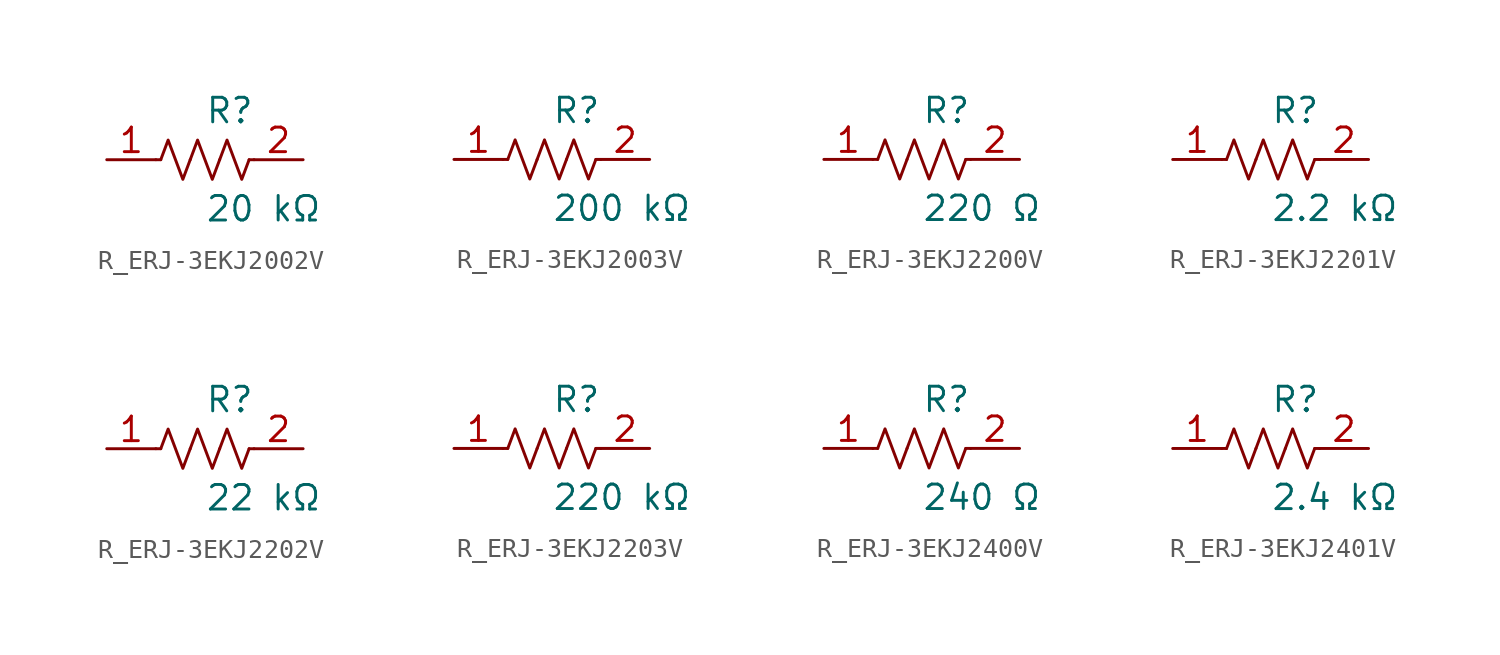
<source format=kicad_sym>
(kicad_symbol_lib
  (version 20231120)
  (generator kicad_symbol_editor)
  (generator_version 8.0)
  (symbol "R_ERJ-3EKJ2002V"
    (pin_names
      (offset 0.254))
    (property "Reference" "R"
      (at 0.0 2.54 0)
      (effects (font (size 1.27 1.27)) (justify left)))
    (property "Value" "20 kΩ"
      (at 0.0 -2.54 0)
      (effects (font (size 1.27 1.27)) (justify left)))
    (symbol "R_ERJ-3EKJ2002V_0_1"
      (polyline (pts (xy 2.286 0) (xy 2.54 0)) (stroke (width 0) (type default)) (fill (type none)))
      (polyline (pts (xy -2.286 0) (xy -2.54 0)) (stroke (width 0) (type default)) (fill (type none)))
      (polyline (pts (xy 0.762 0) (xy 1.143 1.016) (xy 1.524 0) (xy 1.905 -1.016) (xy 2.286 0)) (stroke (width 0) (type default)) (fill (type none)))
      (polyline (pts (xy -0.762 0) (xy -0.381 1.016) (xy 0 0) (xy 0.381 -1.016) (xy 0.762 0)) (stroke (width 0) (type default)) (fill (type none)))
      (polyline (pts (xy -2.286 0) (xy -1.905 1.016) (xy -1.524 0) (xy -1.143 -1.016) (xy -0.762 0)) (stroke (width 0) (type default)) (fill (type none))))
    (pin unspecified line
      (at -5.08 0 0)
      (length 2.54)
      (name "" (effects (font (size 1.27 1.27))))
      (number "1" (effects (font (size 1.27 1.27)))))
    (pin unspecified line
      (at 5.08 0 180)
      (length 2.54)
      (name "" (effects (font (size 1.27 1.27))))
      (number "2" (effects (font (size 1.27 1.27))))))
  (symbol "R_ERJ-3EKJ2003V"
    (pin_names
      (offset 0.254))
    (property "Reference" "R"
      (at 0.0 2.54 0)
      (effects (font (size 1.27 1.27)) (justify left)))
    (property "Value" "200 kΩ"
      (at 0.0 -2.54 0)
      (effects (font (size 1.27 1.27)) (justify left)))
    (symbol "R_ERJ-3EKJ2003V_0_1"
      (polyline (pts (xy 2.286 0) (xy 2.54 0)) (stroke (width 0) (type default)) (fill (type none)))
      (polyline (pts (xy -2.286 0) (xy -2.54 0)) (stroke (width 0) (type default)) (fill (type none)))
      (polyline (pts (xy 0.762 0) (xy 1.143 1.016) (xy 1.524 0) (xy 1.905 -1.016) (xy 2.286 0)) (stroke (width 0) (type default)) (fill (type none)))
      (polyline (pts (xy -0.762 0) (xy -0.381 1.016) (xy 0 0) (xy 0.381 -1.016) (xy 0.762 0)) (stroke (width 0) (type default)) (fill (type none)))
      (polyline (pts (xy -2.286 0) (xy -1.905 1.016) (xy -1.524 0) (xy -1.143 -1.016) (xy -0.762 0)) (stroke (width 0) (type default)) (fill (type none))))
    (pin unspecified line
      (at -5.08 0 0)
      (length 2.54)
      (name "" (effects (font (size 1.27 1.27))))
      (number "1" (effects (font (size 1.27 1.27)))))
    (pin unspecified line
      (at 5.08 0 180)
      (length 2.54)
      (name "" (effects (font (size 1.27 1.27))))
      (number "2" (effects (font (size 1.27 1.27))))))
  (symbol "R_ERJ-3EKJ2200V"
    (pin_names
      (offset 0.254))
    (property "Reference" "R"
      (at 0.0 2.54 0)
      (effects (font (size 1.27 1.27)) (justify left)))
    (property "Value" "220 Ω"
      (at 0.0 -2.54 0)
      (effects (font (size 1.27 1.27)) (justify left)))
    (symbol "R_ERJ-3EKJ2200V_0_1"
      (polyline (pts (xy 2.286 0) (xy 2.54 0)) (stroke (width 0) (type default)) (fill (type none)))
      (polyline (pts (xy -2.286 0) (xy -2.54 0)) (stroke (width 0) (type default)) (fill (type none)))
      (polyline (pts (xy 0.762 0) (xy 1.143 1.016) (xy 1.524 0) (xy 1.905 -1.016) (xy 2.286 0)) (stroke (width 0) (type default)) (fill (type none)))
      (polyline (pts (xy -0.762 0) (xy -0.381 1.016) (xy 0 0) (xy 0.381 -1.016) (xy 0.762 0)) (stroke (width 0) (type default)) (fill (type none)))
      (polyline (pts (xy -2.286 0) (xy -1.905 1.016) (xy -1.524 0) (xy -1.143 -1.016) (xy -0.762 0)) (stroke (width 0) (type default)) (fill (type none))))
    (pin unspecified line
      (at -5.08 0 0)
      (length 2.54)
      (name "" (effects (font (size 1.27 1.27))))
      (number "1" (effects (font (size 1.27 1.27)))))
    (pin unspecified line
      (at 5.08 0 180)
      (length 2.54)
      (name "" (effects (font (size 1.27 1.27))))
      (number "2" (effects (font (size 1.27 1.27))))))
  (symbol "R_ERJ-3EKJ2201V"
    (pin_names
      (offset 0.254))
    (property "Reference" "R"
      (at 0.0 2.54 0)
      (effects (font (size 1.27 1.27)) (justify left)))
    (property "Value" "2.2 kΩ"
      (at 0.0 -2.54 0)
      (effects (font (size 1.27 1.27)) (justify left)))
    (symbol "R_ERJ-3EKJ2201V_0_1"
      (polyline (pts (xy 2.286 0) (xy 2.54 0)) (stroke (width 0) (type default)) (fill (type none)))
      (polyline (pts (xy -2.286 0) (xy -2.54 0)) (stroke (width 0) (type default)) (fill (type none)))
      (polyline (pts (xy 0.762 0) (xy 1.143 1.016) (xy 1.524 0) (xy 1.905 -1.016) (xy 2.286 0)) (stroke (width 0) (type default)) (fill (type none)))
      (polyline (pts (xy -0.762 0) (xy -0.381 1.016) (xy 0 0) (xy 0.381 -1.016) (xy 0.762 0)) (stroke (width 0) (type default)) (fill (type none)))
      (polyline (pts (xy -2.286 0) (xy -1.905 1.016) (xy -1.524 0) (xy -1.143 -1.016) (xy -0.762 0)) (stroke (width 0) (type default)) (fill (type none))))
    (pin unspecified line
      (at -5.08 0 0)
      (length 2.54)
      (name "" (effects (font (size 1.27 1.27))))
      (number "1" (effects (font (size 1.27 1.27)))))
    (pin unspecified line
      (at 5.08 0 180)
      (length 2.54)
      (name "" (effects (font (size 1.27 1.27))))
      (number "2" (effects (font (size 1.27 1.27))))))
  (symbol "R_ERJ-3EKJ2202V"
    (pin_names
      (offset 0.254))
    (property "Reference" "R"
      (at 0.0 2.54 0)
      (effects (font (size 1.27 1.27)) (justify left)))
    (property "Value" "22 kΩ"
      (at 0.0 -2.54 0)
      (effects (font (size 1.27 1.27)) (justify left)))
    (symbol "R_ERJ-3EKJ2202V_0_1"
      (polyline (pts (xy 2.286 0) (xy 2.54 0)) (stroke (width 0) (type default)) (fill (type none)))
      (polyline (pts (xy -2.286 0) (xy -2.54 0)) (stroke (width 0) (type default)) (fill (type none)))
      (polyline (pts (xy 0.762 0) (xy 1.143 1.016) (xy 1.524 0) (xy 1.905 -1.016) (xy 2.286 0)) (stroke (width 0) (type default)) (fill (type none)))
      (polyline (pts (xy -0.762 0) (xy -0.381 1.016) (xy 0 0) (xy 0.381 -1.016) (xy 0.762 0)) (stroke (width 0) (type default)) (fill (type none)))
      (polyline (pts (xy -2.286 0) (xy -1.905 1.016) (xy -1.524 0) (xy -1.143 -1.016) (xy -0.762 0)) (stroke (width 0) (type default)) (fill (type none))))
    (pin unspecified line
      (at -5.08 0 0)
      (length 2.54)
      (name "" (effects (font (size 1.27 1.27))))
      (number "1" (effects (font (size 1.27 1.27)))))
    (pin unspecified line
      (at 5.08 0 180)
      (length 2.54)
      (name "" (effects (font (size 1.27 1.27))))
      (number "2" (effects (font (size 1.27 1.27))))))
  (symbol "R_ERJ-3EKJ2203V"
    (pin_names
      (offset 0.254))
    (property "Reference" "R"
      (at 0.0 2.54 0)
      (effects (font (size 1.27 1.27)) (justify left)))
    (property "Value" "220 kΩ"
      (at 0.0 -2.54 0)
      (effects (font (size 1.27 1.27)) (justify left)))
    (symbol "R_ERJ-3EKJ2203V_0_1"
      (polyline (pts (xy 2.286 0) (xy 2.54 0)) (stroke (width 0) (type default)) (fill (type none)))
      (polyline (pts (xy -2.286 0) (xy -2.54 0)) (stroke (width 0) (type default)) (fill (type none)))
      (polyline (pts (xy 0.762 0) (xy 1.143 1.016) (xy 1.524 0) (xy 1.905 -1.016) (xy 2.286 0)) (stroke (width 0) (type default)) (fill (type none)))
      (polyline (pts (xy -0.762 0) (xy -0.381 1.016) (xy 0 0) (xy 0.381 -1.016) (xy 0.762 0)) (stroke (width 0) (type default)) (fill (type none)))
      (polyline (pts (xy -2.286 0) (xy -1.905 1.016) (xy -1.524 0) (xy -1.143 -1.016) (xy -0.762 0)) (stroke (width 0) (type default)) (fill (type none))))
    (pin unspecified line
      (at -5.08 0 0)
      (length 2.54)
      (name "" (effects (font (size 1.27 1.27))))
      (number "1" (effects (font (size 1.27 1.27)))))
    (pin unspecified line
      (at 5.08 0 180)
      (length 2.54)
      (name "" (effects (font (size 1.27 1.27))))
      (number "2" (effects (font (size 1.27 1.27))))))
  (symbol "R_ERJ-3EKJ2400V"
    (pin_names
      (offset 0.254))
    (property "Reference" "R"
      (at 0.0 2.54 0)
      (effects (font (size 1.27 1.27)) (justify left)))
    (property "Value" "240 Ω"
      (at 0.0 -2.54 0)
      (effects (font (size 1.27 1.27)) (justify left)))
    (symbol "R_ERJ-3EKJ2400V_0_1"
      (polyline (pts (xy 2.286 0) (xy 2.54 0)) (stroke (width 0) (type default)) (fill (type none)))
      (polyline (pts (xy -2.286 0) (xy -2.54 0)) (stroke (width 0) (type default)) (fill (type none)))
      (polyline (pts (xy 0.762 0) (xy 1.143 1.016) (xy 1.524 0) (xy 1.905 -1.016) (xy 2.286 0)) (stroke (width 0) (type default)) (fill (type none)))
      (polyline (pts (xy -0.762 0) (xy -0.381 1.016) (xy 0 0) (xy 0.381 -1.016) (xy 0.762 0)) (stroke (width 0) (type default)) (fill (type none)))
      (polyline (pts (xy -2.286 0) (xy -1.905 1.016) (xy -1.524 0) (xy -1.143 -1.016) (xy -0.762 0)) (stroke (width 0) (type default)) (fill (type none))))
    (pin unspecified line
      (at -5.08 0 0)
      (length 2.54)
      (name "" (effects (font (size 1.27 1.27))))
      (number "1" (effects (font (size 1.27 1.27)))))
    (pin unspecified line
      (at 5.08 0 180)
      (length 2.54)
      (name "" (effects (font (size 1.27 1.27))))
      (number "2" (effects (font (size 1.27 1.27))))))
  (symbol "R_ERJ-3EKJ2401V"
    (pin_names
      (offset 0.254))
    (property "Reference" "R"
      (at 0.0 2.54 0)
      (effects (font (size 1.27 1.27)) (justify left)))
    (property "Value" "2.4 kΩ"
      (at 0.0 -2.54 0)
      (effects (font (size 1.27 1.27)) (justify left)))
    (symbol "R_ERJ-3EKJ2401V_0_1"
      (polyline (pts (xy 2.286 0) (xy 2.54 0)) (stroke (width 0) (type default)) (fill (type none)))
      (polyline (pts (xy -2.286 0) (xy -2.54 0)) (stroke (width 0) (type default)) (fill (type none)))
      (polyline (pts (xy 0.762 0) (xy 1.143 1.016) (xy 1.524 0) (xy 1.905 -1.016) (xy 2.286 0)) (stroke (width 0) (type default)) (fill (type none)))
      (polyline (pts (xy -0.762 0) (xy -0.381 1.016) (xy 0 0) (xy 0.381 -1.016) (xy 0.762 0)) (stroke (width 0) (type default)) (fill (type none)))
      (polyline (pts (xy -2.286 0) (xy -1.905 1.016) (xy -1.524 0) (xy -1.143 -1.016) (xy -0.762 0)) (stroke (width 0) (type default)) (fill (type none))))
    (pin unspecified line
      (at -5.08 0 0)
      (length 2.54)
      (name "" (effects (font (size 1.27 1.27))))
      (number "1" (effects (font (size 1.27 1.27)))))
    (pin unspecified line
      (at 5.08 0 180)
      (length 2.54)
      (name "" (effects (font (size 1.27 1.27))))
      (number "2" (effects (font (size 1.27 1.27)))))))
</source>
